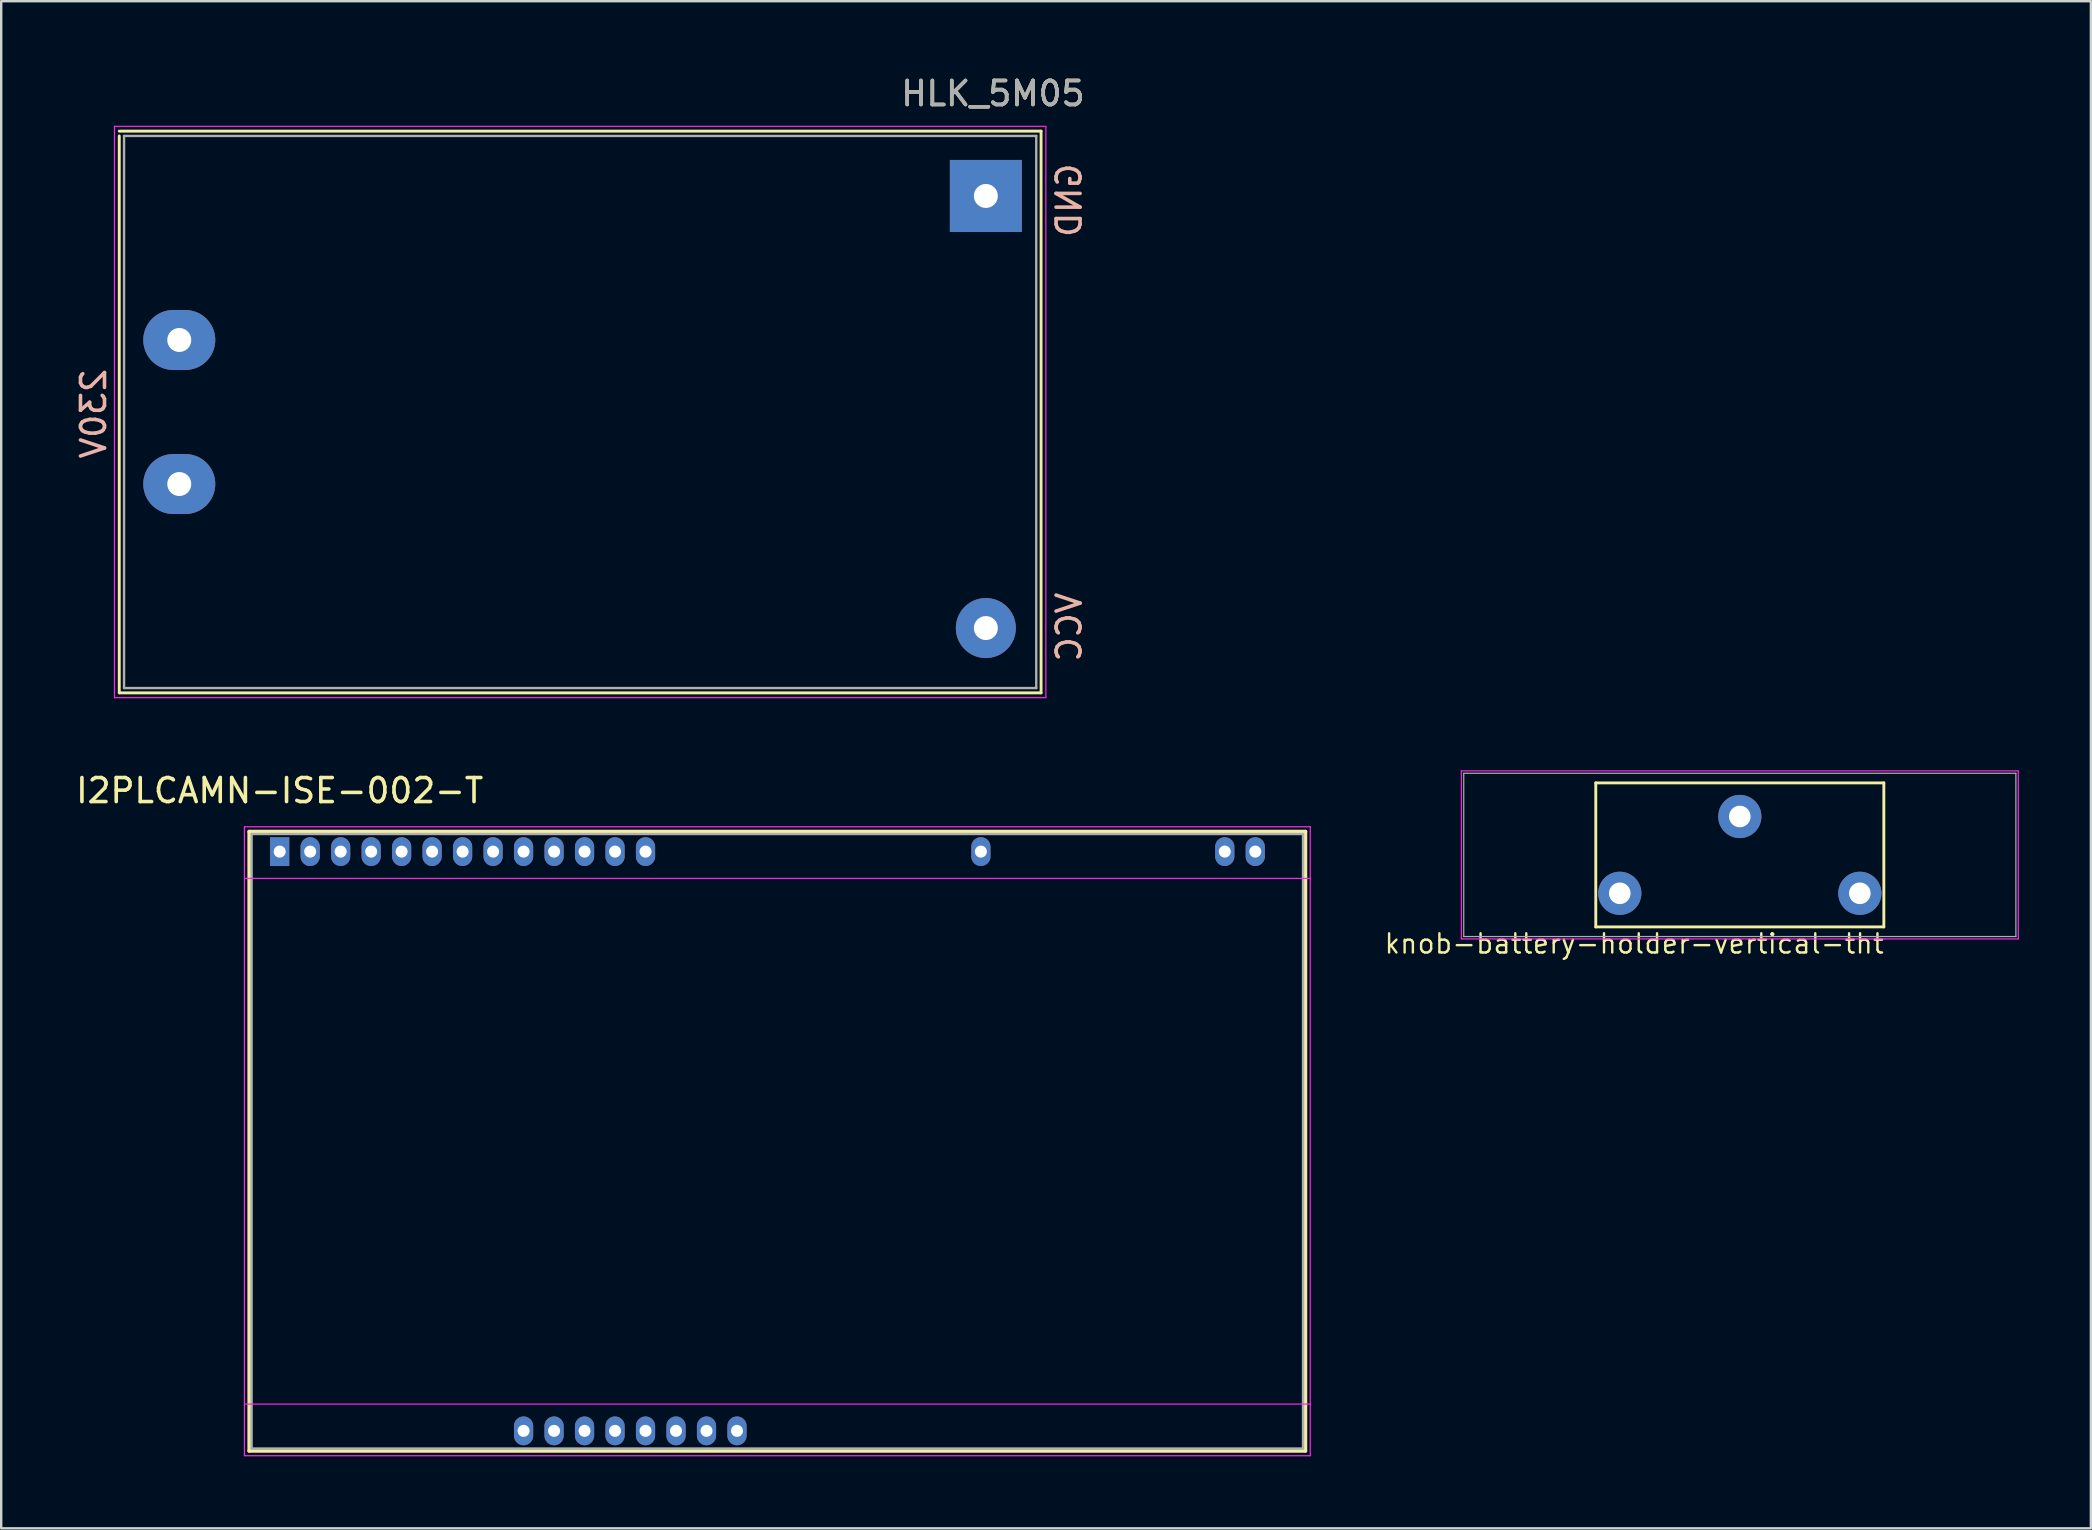
<source format=kicad_pcb>
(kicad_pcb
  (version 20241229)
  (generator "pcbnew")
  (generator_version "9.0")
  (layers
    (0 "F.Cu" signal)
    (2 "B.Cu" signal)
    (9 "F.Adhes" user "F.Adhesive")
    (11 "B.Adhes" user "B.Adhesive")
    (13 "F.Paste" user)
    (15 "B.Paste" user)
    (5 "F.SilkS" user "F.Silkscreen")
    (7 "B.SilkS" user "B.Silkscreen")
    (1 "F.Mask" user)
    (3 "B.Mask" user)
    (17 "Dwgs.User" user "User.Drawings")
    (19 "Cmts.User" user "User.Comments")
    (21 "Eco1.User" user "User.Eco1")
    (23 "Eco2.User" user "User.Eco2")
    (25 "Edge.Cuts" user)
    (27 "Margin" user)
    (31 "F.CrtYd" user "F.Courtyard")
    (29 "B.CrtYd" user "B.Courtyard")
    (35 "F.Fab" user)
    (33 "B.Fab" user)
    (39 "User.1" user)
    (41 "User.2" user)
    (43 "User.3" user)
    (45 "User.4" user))
  (footprint "knob-battery-holder-vertical-tht"
    (layer "F.Cu")
    (at 69.426 32.563)
    (property "Reference" "knob-battery-holder-vertical-tht" (at -4.4 3.7 0) (layer "F.SilkS") (effects (font (size 0.8 0.8) (thickness 0.1))))
    (attr through_hole)
    (fp_line (start -6 -3) (end 6 -3) (stroke (width 0.12) (type solid)) (layer "F.SilkS"))
    (fp_line (start -6 3) (end -6 -3) (stroke (width 0.12) (type solid)) (layer "F.SilkS"))
    (fp_line (start 6 -3) (end 6 3) (stroke (width 0.12) (type solid)) (layer "F.SilkS"))
    (fp_line (start 6 3) (end -6 3) (stroke (width 0.12) (type solid)) (layer "F.SilkS"))
    (fp_line (start -11.6 -3.5) (end 11.6 -3.5) (stroke (width 0.05) (type solid)) (layer "F.CrtYd"))
    (fp_line (start -11.6 3.5) (end -11.6 -3.5) (stroke (width 0.05) (type solid)) (layer "F.CrtYd"))
    (fp_line (start 11.6 -3.5) (end 11.6 3.5) (stroke (width 0.05) (type solid)) (layer "F.CrtYd"))
    (fp_line (start 11.6 3.5) (end -11.6 3.5) (stroke (width 0.05) (type solid)) (layer "F.CrtYd"))
    (fp_line (start -11.5 -3.4) (end 11.5 -3.4) (stroke (width 0.05) (type solid)) (layer "F.Fab"))
    (fp_line (start -11.5 3.4) (end -11.5 -3.4) (stroke (width 0.05) (type solid)) (layer "F.Fab"))
    (fp_line (start 11.5 -3.4) (end 11.5 3.4) (stroke (width 0.05) (type solid)) (layer "F.Fab"))
    (fp_line (start 11.5 3.4) (end -11.5 3.4) (stroke (width 0.05) (type solid)) (layer "F.Fab"))
    (pad "1" thru_hole circle (at -5 1.6) (size 1.8 1.8) (drill 0.9) (layers "*.Cu" "*.Mask"))
    (pad "1" thru_hole circle (at 5 1.6) (size 1.8 1.8) (drill 0.9) (layers "*.Cu" "*.Mask"))
    (pad "2" thru_hole circle (at 0 -1.6) (size 1.8 1.8) (drill 0.9) (layers "*.Cu" "*.Mask")))
  (footprint "HLK_5M05"
    (layer "F.Cu")
    (at 2.118 25.613)
    (property "Reference" "HLK_5M05" (at 36.195 -24.765 180) (layer "F.SilkS") (effects (font (size 1 1) (thickness 0.15))))
    (attr through_hole)
    (fp_line (start -0.2 -23.2) (end 38.2 -23.2) (stroke (width 0.12) (type solid)) (layer "F.SilkS"))
    (fp_line (start -0.2 -23) (end -0.2 0.2) (stroke (width 0.12) (type solid)) (layer "F.SilkS"))
    (fp_line (start -0.2 0.2) (end 38.2 0.2) (stroke (width 0.12) (type solid)) (layer "F.SilkS"))
    (fp_line (start 38.2 -23.2) (end 38.2 0.2) (stroke (width 0.12) (type solid)) (layer "F.SilkS"))
    (fp_line (start -0.4 -23.4) (end 38.4 -23.4) (stroke (width 0.05) (type solid)) (layer "F.CrtYd"))
    (fp_line (start -0.4 0.4) (end -0.4 -23.4) (stroke (width 0.05) (type solid)) (layer "F.CrtYd"))
    (fp_line (start 38.4 -23.4) (end 38.4 0.4) (stroke (width 0.05) (type solid)) (layer "F.CrtYd"))
    (fp_line (start 38.4 0.4) (end -0.4 0.4) (stroke (width 0.05) (type solid)) (layer "F.CrtYd"))
    (fp_line (start 0 -23) (end 0 0) (stroke (width 0.1) (type solid)) (layer "F.Fab"))
    (fp_line (start 0 -23) (end 38 -23) (stroke (width 0.1) (type solid)) (layer "F.Fab"))
    (fp_line (start 38 -23) (end 38 0) (stroke (width 0.1) (type solid)) (layer "F.Fab"))
    (fp_line (start 38 0) (end 0 0) (stroke (width 0.1) (type solid)) (layer "F.Fab"))
    (fp_text user "GND" (at 39.37 -20.32 90) (layer "B.SilkS") (effects (font (size 1 1) (thickness 0.15)) (justify mirror)))
    (fp_text user "VCC" (at 39.37 -2.54 90) (layer "B.SilkS") (effects (font (size 1 1) (thickness 0.15)) (justify mirror)))
    (fp_text user "230V" (at -1.27 -11.43 90) (layer "B.SilkS") (effects (font (size 1 1) (thickness 0.15)) (justify mirror)))
    (fp_text user "${REFERENCE}" (at 36.195 -24.765 0) (layer "F.Fab") (effects (font (size 1 1) (thickness 0.15))))
    (pad "1" thru_hole rect (at 35.9 -20.5 90) (size 3 3) (drill 1) (layers "*.Cu" "*.Mask"))
    (pad "2" thru_hole circle (at 35.9 -2.5 90) (size 2.5 2.5) (drill 1) (layers "*.Cu" "*.Mask"))
    (pad "3" thru_hole oval (at 2.3 -8.5 90) (size 2.5 3) (drill 1) (layers "*.Cu" "*.Mask"))
    (pad "4" thru_hole oval (at 2.3 -14.5 90) (size 2.5 3) (drill 1) (layers "*.Cu" "*.Mask")))
  (footprint "I2PLCAMN-ISE-002-T"
    (layer "F.Cu")
    (at 8.601 32.426)
    (property "Reference" "I2PLCAMN-ISE-002-T" (at 0 -2.54 0) (layer "F.SilkS") (effects (font (size 1 1) (thickness 0.15))))
    (attr through_hole)
    (fp_line (start -1.27 -0.835) (end 42.73 -0.835) (stroke (width 0.15) (type solid)) (layer "F.SilkS"))
    (fp_line (start -1.27 24.965) (end -1.27 -0.835) (stroke (width 0.15) (type solid)) (layer "F.SilkS"))
    (fp_line (start -1.27 24.965) (end 42.73 24.965) (stroke (width 0.15) (type solid)) (layer "F.SilkS"))
    (fp_line (start 42.73 24.965) (end 42.73 -0.835) (stroke (width 0.15) (type solid)) (layer "F.SilkS"))
    (fp_line (start -1.47 -1.035) (end 42.93 -1.035) (stroke (width 0.05) (type solid)) (layer "F.CrtYd"))
    (fp_line (start -1.47 1.115) (end 42.93 1.115) (stroke (width 0.05) (type solid)) (layer "F.CrtYd"))
    (fp_line (start -1.47 23.015) (end 42.93 23.015) (stroke (width 0.05) (type solid)) (layer "F.CrtYd"))
    (fp_line (start -1.47 25.165) (end -1.47 -1.035) (stroke (width 0.05) (type solid)) (layer "F.CrtYd"))
    (fp_line (start -1.47 25.165) (end 42.93 25.165) (stroke (width 0.05) (type solid)) (layer "F.CrtYd"))
    (fp_line (start 42.93 25.165) (end 42.93 -1.035) (stroke (width 0.05) (type solid)) (layer "F.CrtYd"))
    (fp_line (start -1.17 -0.735) (end 42.63 -0.735) (stroke (width 0.1) (type solid)) (layer "F.Fab"))
    (fp_line (start -1.17 24.865) (end -1.17 -0.735) (stroke (width 0.1) (type solid)) (layer "F.Fab"))
    (fp_line (start -1.17 24.865) (end 42.63 24.865) (stroke (width 0.1) (type solid)) (layer "F.Fab"))
    (fp_line (start 42.63 24.865) (end 42.63 -0.735) (stroke (width 0.1) (type solid)) (layer "F.Fab"))
    (pad "1" thru_hole rect (at 0 0) (size 0.8 1.2) (drill 0.5) (layers "*.Cu" "*.Mask"))
    (pad "2" thru_hole oval (at 1.27 0) (size 0.8 1.2) (drill 0.5) (layers "*.Cu" "*.Mask"))
    (pad "3" thru_hole oval (at 2.54 0) (size 0.8 1.2) (drill 0.5) (layers "*.Cu" "*.Mask"))
    (pad "4" thru_hole oval (at 3.81 0) (size 0.8 1.2) (drill 0.5) (layers "*.Cu" "*.Mask"))
    (pad "5" thru_hole oval (at 5.08 0) (size 0.8 1.2) (drill 0.5) (layers "*.Cu" "*.Mask"))
    (pad "6" thru_hole oval (at 6.35 0) (size 0.8 1.2) (drill 0.5) (layers "*.Cu" "*.Mask"))
    (pad "7" thru_hole oval (at 7.62 0) (size 0.8 1.2) (drill 0.5) (layers "*.Cu" "*.Mask"))
    (pad "8" thru_hole oval (at 8.89 0) (size 0.8 1.2) (drill 0.5) (layers "*.Cu" "*.Mask"))
    (pad "9" thru_hole oval (at 10.16 0) (size 0.8 1.2) (drill 0.5) (layers "*.Cu" "*.Mask"))
    (pad "10" thru_hole oval (at 11.43 0) (size 0.8 1.2) (drill 0.5) (layers "*.Cu" "*.Mask"))
    (pad "11" thru_hole oval (at 12.7 0) (size 0.8 1.2) (drill 0.5) (layers "*.Cu" "*.Mask"))
    (pad "12" thru_hole oval (at 13.97 0) (size 0.8 1.2) (drill 0.5) (layers "*.Cu" "*.Mask"))
    (pad "13" thru_hole oval (at 15.24 0) (size 0.8 1.2) (drill 0.5) (layers "*.Cu" "*.Mask"))
    (pad "15" thru_hole oval (at 29.21 0) (size 0.8 1.2) (drill 0.5) (layers "*.Cu" "*.Mask"))
    (pad "16" thru_hole oval (at 39.37 0) (size 0.8 1.2) (drill 0.5) (layers "*.Cu" "*.Mask"))
    (pad "17" thru_hole oval (at 40.64 0) (size 0.8 1.2) (drill 0.5) (layers "*.Cu" "*.Mask"))
    (pad "18" thru_hole oval (at 19.05 24.13) (size 0.8 1.2) (drill 0.5) (layers "*.Cu" "*.Mask"))
    (pad "19" thru_hole oval (at 17.78 24.13) (size 0.8 1.2) (drill 0.5) (layers "*.Cu" "*.Mask"))
    (pad "20" thru_hole oval (at 16.51 24.13) (size 0.8 1.2) (drill 0.5) (layers "*.Cu" "*.Mask"))
    (pad "21" thru_hole oval (at 15.24 24.13) (size 0.8 1.2) (drill 0.5) (layers "*.Cu" "*.Mask"))
    (pad "22" thru_hole oval (at 13.97 24.13) (size 0.8 1.2) (drill 0.5) (layers "*.Cu" "*.Mask"))
    (pad "23" thru_hole oval (at 12.7 24.13) (size 0.8 1.2) (drill 0.5) (layers "*.Cu" "*.Mask"))
    (pad "24" thru_hole oval (at 11.43 24.13) (size 0.8 1.2) (drill 0.5) (layers "*.Cu" "*.Mask"))
    (pad "25" thru_hole oval (at 10.16 24.13) (size 0.8 1.2) (drill 0.5) (layers "*.Cu" "*.Mask")))
  (gr_rect
    (start -3 -3)
    (end 84.051 60.617)
    (stroke (width 0.1) (type default))
    (fill no)
    (layer "Edge.Cuts")))
</source>
